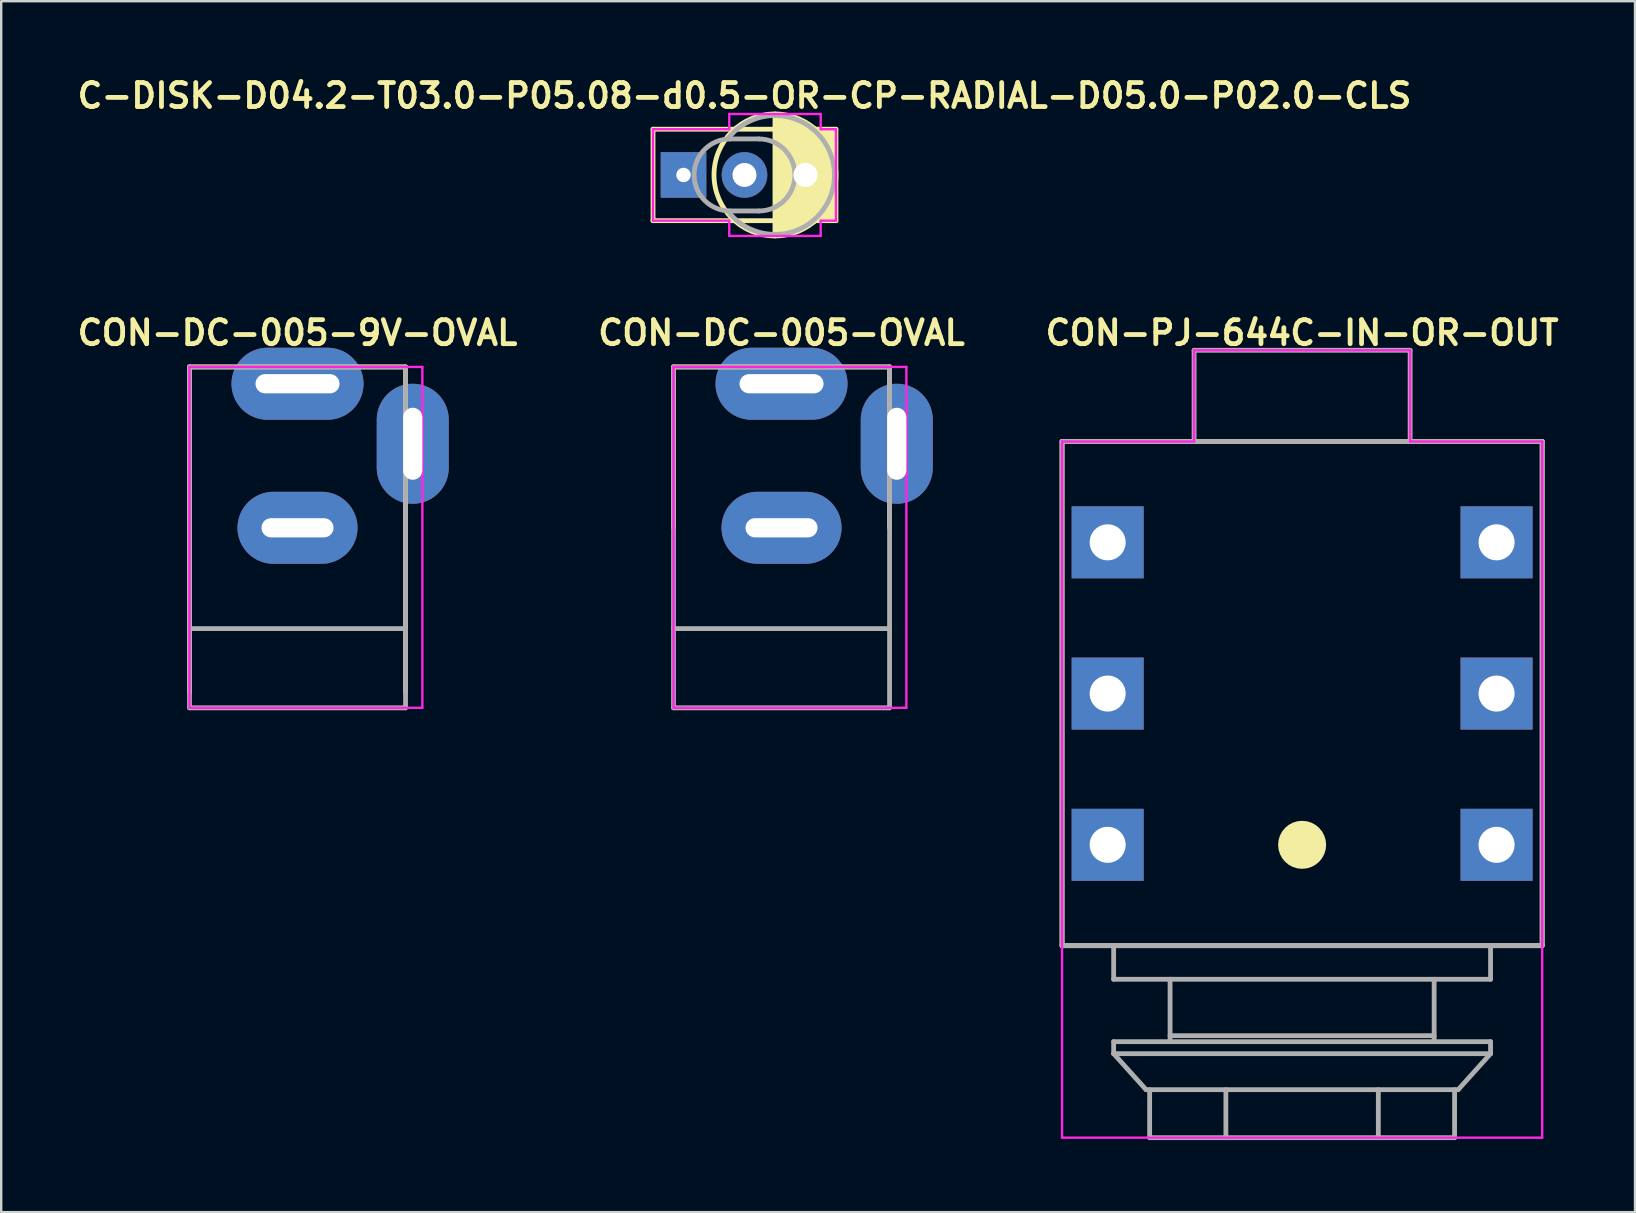
<source format=kicad_pcb>
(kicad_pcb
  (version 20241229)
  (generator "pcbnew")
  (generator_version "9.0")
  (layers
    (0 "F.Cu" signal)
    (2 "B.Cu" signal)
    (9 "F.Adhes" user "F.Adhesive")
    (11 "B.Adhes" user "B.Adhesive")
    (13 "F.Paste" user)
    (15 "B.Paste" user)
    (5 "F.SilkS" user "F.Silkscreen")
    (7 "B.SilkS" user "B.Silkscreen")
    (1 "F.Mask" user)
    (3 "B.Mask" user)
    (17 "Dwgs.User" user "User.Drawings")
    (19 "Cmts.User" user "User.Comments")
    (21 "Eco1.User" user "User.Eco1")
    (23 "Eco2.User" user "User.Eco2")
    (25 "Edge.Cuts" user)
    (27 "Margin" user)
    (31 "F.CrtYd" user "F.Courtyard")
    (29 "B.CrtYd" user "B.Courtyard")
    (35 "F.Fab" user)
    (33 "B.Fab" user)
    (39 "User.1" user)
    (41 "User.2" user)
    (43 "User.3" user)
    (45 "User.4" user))
  (footprint "CON-DC-005-9V-OVAL"
    (layer "F.Cu")
    (at 9.343 26.435)
    (property "Reference" "CON-DC-005-9V-OVAL" (at 0 -15.621 0) (layer "F.SilkS") (effects (font (size 1 1) (thickness 0.2))))
    (attr through_hole)
    (fp_line (start -4.5 -14.2) (end -4.5 -0.635) (stroke (width 0.2) (type solid)) (layer "F.SilkS"))
    (fp_line (start -4.5 -14.2) (end 4.5 -14.2) (stroke (width 0.2) (type solid)) (layer "F.SilkS"))
    (fp_line (start 4.5 -14.2) (end 4.5 -0.635) (stroke (width 0.2) (type solid)) (layer "F.SilkS"))
    (fp_line (start -4.5 -14.2) (end -4.5 0) (stroke (width 0.1) (type solid)) (layer "F.CrtYd"))
    (fp_line (start -4.5 -14.2) (end 5.2 -14.2) (stroke (width 0.1) (type solid)) (layer "F.CrtYd"))
    (fp_line (start -4.5 0) (end 5.2 0) (stroke (width 0.1) (type solid)) (layer "F.CrtYd"))
    (fp_line (start 5.2 -14.2) (end 5.2 0) (stroke (width 0.1) (type solid)) (layer "F.CrtYd"))
    (fp_line (start -4.5 -14.2) (end -4.5 0) (stroke (width 0.2) (type solid)) (layer "F.Fab"))
    (fp_line (start -4.5 -14.2) (end 4.5 -14.2) (stroke (width 0.2) (type solid)) (layer "F.Fab"))
    (fp_line (start -4.5 -3.3) (end 4.5 -3.3) (stroke (width 0.2) (type solid)) (layer "F.Fab"))
    (fp_line (start -4.5 0) (end 4.5 0) (stroke (width 0.2) (type solid)) (layer "F.Fab"))
    (fp_line (start 4.5 -14.2) (end 4.5 0) (stroke (width 0.2) (type solid)) (layer "F.Fab"))
    (pad "C" thru_hole oval (at 0 -13.5) (size 5.5 3) (drill oval 3.5 0.8) (layers "*.Cu" "*.Mask"))
    (pad "S" thru_hole oval (at 0 -7.5) (size 5 3) (drill oval 3 0.8) (layers "*.Cu" "*.Mask"))
    (pad "SN" thru_hole oval (at 4.8 -11) (size 3 5) (drill oval 0.8 3) (layers "*.Cu" "*.Mask")))
  (footprint "C-DISK-D04.2-T03.0-P05.08-d0.5-OR-CP-RADIAL-D05.0-P02.0-CLS"
    (layer "F.Cu")
    (at 27.962 4.238)
    (property "Reference" "C-DISK-D04.2-T03.0-P05.08-d0.5-OR-CP-RADIAL-D05.0-P02.0-CLS" (at 0 -3.302 0) (layer "F.SilkS") (effects (font (size 1 1) (thickness 0.2))))
    (attr through_hole)
    (fp_line (start -3.81 -1.905) (end -3.81 1.905) (stroke (width 0.2) (type solid)) (layer "F.SilkS"))
    (fp_line (start -3.81 -1.905) (end 3.81 -1.905) (stroke (width 0.2) (type solid)) (layer "F.SilkS"))
    (fp_line (start -3.81 1.905) (end 3.81 1.905) (stroke (width 0.2) (type solid)) (layer "F.SilkS"))
    (fp_line (start 1.27 -2.54) (end 1.27 2.54) (stroke (width 0.2) (type solid)) (layer "F.SilkS"))
    (fp_line (start 3.81 -1.905) (end 3.81 1.905) (stroke (width 0.2) (type solid)) (layer "F.SilkS"))
    (fp_circle (center 1.27 0) (end 3.81 0) (stroke (width 0.2) (type solid)) (fill no) (layer "F.SilkS"))
    (fp_poly (pts (xy 3.81 1.905) (xy 3.048 1.905) (xy 2.159 2.413) (xy 1.27 2.54) (xy 1.27 -2.54) (xy 2.159 -2.413) (xy 3.048 -1.905) (xy 3.81 -1.905)) (stroke (width 0.1) (type solid)) (fill yes) (layer "F.SilkS"))
    (fp_line (start -3.81 -1.905) (end -3.81 1.905) (stroke (width 0.1) (type solid)) (layer "F.CrtYd"))
    (fp_line (start -3.81 -1.905) (end -0.635 -1.905) (stroke (width 0.1) (type solid)) (layer "F.CrtYd"))
    (fp_line (start -3.81 1.905) (end -0.635 1.905) (stroke (width 0.1) (type solid)) (layer "F.CrtYd"))
    (fp_line (start -0.635 -2.54) (end -0.635 -1.905) (stroke (width 0.1) (type solid)) (layer "F.CrtYd"))
    (fp_line (start -0.635 -2.54) (end 3.175 -2.54) (stroke (width 0.1) (type solid)) (layer "F.CrtYd"))
    (fp_line (start -0.635 1.905) (end -0.635 2.54) (stroke (width 0.1) (type solid)) (layer "F.CrtYd"))
    (fp_line (start -0.635 2.54) (end 3.175 2.54) (stroke (width 0.1) (type solid)) (layer "F.CrtYd"))
    (fp_line (start 3.175 -2.54) (end 3.175 -1.905) (stroke (width 0.1) (type solid)) (layer "F.CrtYd"))
    (fp_line (start 3.175 -1.905) (end 3.81 -1.905) (stroke (width 0.1) (type solid)) (layer "F.CrtYd"))
    (fp_line (start 3.175 1.905) (end 3.175 2.54) (stroke (width 0.1) (type solid)) (layer "F.CrtYd"))
    (fp_line (start 3.175 1.905) (end 3.81 1.905) (stroke (width 0.1) (type solid)) (layer "F.CrtYd"))
    (fp_line (start 3.81 -1.905) (end 3.81 1.905) (stroke (width 0.1) (type solid)) (layer "F.CrtYd"))
    (fp_line (start -0.6 -1.5) (end 0.6 -1.5) (stroke (width 0.2) (type solid)) (layer "F.Fab"))
    (fp_line (start -0.6 1.5) (end 0.6 1.5) (stroke (width 0.2) (type solid)) (layer "F.Fab"))
    (fp_arc (start -0.699999 -1.499999) (mid 3.746064 0) (end -0.699999 1.499999) (stroke (width 0.2) (type solid)) (layer "F.Fab"))
    (fp_arc (start -0.6 1.5) (mid -2.1 0) (end -0.6 -1.5) (stroke (width 0.2) (type solid)) (layer "F.Fab"))
    (fp_arc (start 0.6 -1.5) (mid 2.1 0) (end 0.6 1.5) (stroke (width 0.2) (type solid)) (layer "F.Fab"))
    (pad "+" thru_hole rect (at -2.54 0) (size 1.9 1.9) (drill 0.6) (layers "*.Cu" "*.Mask"))
    (pad "+" thru_hole circle (at 0 0) (size 1.9 1.9) (drill 1) (layers "*.Cu" "*.Mask"))
    (pad "-" thru_hole rect (at 2.54 0) (size 1.9 1.9) (drill 1) (layers "*.Cu" "*.Mask")))
  (footprint "CON-DC-005-OVAL"
    (layer "F.Cu")
    (at 29.505 26.435)
    (property "Reference" "CON-DC-005-OVAL" (at 0 -15.621 0) (layer "F.SilkS") (effects (font (size 1 1) (thickness 0.2))))
    (attr through_hole)
    (fp_line (start -4.5 -14.2) (end -4.5 -7.5) (stroke (width 0.2) (type solid)) (layer "F.SilkS"))
    (fp_line (start -4.5 -14.2) (end 4.5 -14.2) (stroke (width 0.2) (type solid)) (layer "F.SilkS"))
    (fp_line (start 4.5 -14.2) (end 4.5 -7.5) (stroke (width 0.2) (type solid)) (layer "F.SilkS"))
    (fp_line (start -4.5 -14.2) (end -4.5 0) (stroke (width 0.1) (type solid)) (layer "F.CrtYd"))
    (fp_line (start -4.5 -14.2) (end 5.2 -14.2) (stroke (width 0.1) (type solid)) (layer "F.CrtYd"))
    (fp_line (start -4.5 0) (end 5.2 0) (stroke (width 0.1) (type solid)) (layer "F.CrtYd"))
    (fp_line (start 5.2 -14.2) (end 5.2 0) (stroke (width 0.1) (type solid)) (layer "F.CrtYd"))
    (fp_line (start -4.5 -14.2) (end -4.5 0) (stroke (width 0.2) (type solid)) (layer "F.Fab"))
    (fp_line (start -4.5 -14.2) (end 4.5 -14.2) (stroke (width 0.2) (type solid)) (layer "F.Fab"))
    (fp_line (start -4.5 -3.3) (end 4.5 -3.3) (stroke (width 0.2) (type solid)) (layer "F.Fab"))
    (fp_line (start -4.5 0) (end 4.5 0) (stroke (width 0.2) (type solid)) (layer "F.Fab"))
    (fp_line (start 4.5 -14.2) (end 4.5 0) (stroke (width 0.2) (type solid)) (layer "F.Fab"))
    (pad "C" thru_hole oval (at 0 -13.5) (size 5.5 3) (drill oval 3.5 0.8) (layers "*.Cu" "*.Mask"))
    (pad "S" thru_hole oval (at 0 -7.5) (size 5 3) (drill oval 3 0.8) (layers "*.Cu" "*.Mask"))
    (pad "SN" thru_hole oval (at 4.8 -11) (size 3 5) (drill oval 0.8 3) (layers "*.Cu" "*.Mask")))
  (footprint "CON-PJ-644C-IN-OR-OUT"
    (layer "F.Cu")
    (at 51.19 36.341)
    (property "Reference" "CON-PJ-644C-IN-OR-OUT" (at 0 -25.527 0) (layer "F.SilkS") (effects (font (size 1 1) (thickness 0.2))))
    (attr through_hole)
    (fp_line (start -10 -21) (end -10 0) (stroke (width 0.2) (type solid)) (layer "F.SilkS"))
    (fp_line (start -10 -21) (end 10 -21) (stroke (width 0.2) (type solid)) (layer "F.SilkS"))
    (fp_line (start -10 0) (end 10 0) (stroke (width 0.2) (type solid)) (layer "F.SilkS"))
    (fp_line (start 10 -21) (end 10 0) (stroke (width 0.2) (type solid)) (layer "F.SilkS"))
    (fp_circle (center 0 -4.2) (end 0.5 -4.2) (stroke (width 1) (type solid)) (fill no) (layer "F.SilkS"))
    (fp_line (start -10 -21) (end -10 8) (stroke (width 0.1) (type solid)) (layer "F.CrtYd"))
    (fp_line (start -10 -21) (end -4.5 -21) (stroke (width 0.1) (type solid)) (layer "F.CrtYd"))
    (fp_line (start -10 8) (end 10 8) (stroke (width 0.1) (type solid)) (layer "F.CrtYd"))
    (fp_line (start -4.5 -24.8) (end -4.5 -21) (stroke (width 0.1) (type solid)) (layer "F.CrtYd"))
    (fp_line (start -4.5 -24.8) (end 4.5 -24.8) (stroke (width 0.1) (type solid)) (layer "F.CrtYd"))
    (fp_line (start 4.5 -24.8) (end 4.5 -21) (stroke (width 0.1) (type solid)) (layer "F.CrtYd"))
    (fp_line (start 4.5 -21) (end 10 -21) (stroke (width 0.1) (type solid)) (layer "F.CrtYd"))
    (fp_line (start 10 -21) (end 10 8) (stroke (width 0.1) (type solid)) (layer "F.CrtYd"))
    (fp_line (start -10 -21) (end -10 0) (stroke (width 0.2) (type solid)) (layer "F.Fab"))
    (fp_line (start -10 -21) (end 10 -21) (stroke (width 0.2) (type solid)) (layer "F.Fab"))
    (fp_line (start -10 0) (end 10 0) (stroke (width 0.2) (type solid)) (layer "F.Fab"))
    (fp_line (start -7.85 0) (end -7.85 1.4) (stroke (width 0.2) (type solid)) (layer "F.Fab"))
    (fp_line (start -7.85 1.4) (end 7.85 1.4) (stroke (width 0.2) (type solid)) (layer "F.Fab"))
    (fp_line (start -7.85 4) (end -7.85 4.5) (stroke (width 0.2) (type solid)) (layer "F.Fab"))
    (fp_line (start -7.85 4) (end 7.85 4) (stroke (width 0.2) (type solid)) (layer "F.Fab"))
    (fp_line (start -7.85 4.5) (end -6.5 6) (stroke (width 0.2) (type solid)) (layer "F.Fab"))
    (fp_line (start -7.85 4.5) (end 7.85 4.5) (stroke (width 0.2) (type solid)) (layer "F.Fab"))
    (fp_line (start -6.5 6) (end 6.5 6) (stroke (width 0.2) (type solid)) (layer "F.Fab"))
    (fp_line (start -6.351 6) (end -6.351 8) (stroke (width 0.2) (type solid)) (layer "F.Fab"))
    (fp_line (start -6.351 8) (end 6.351 8) (stroke (width 0.2) (type solid)) (layer "F.Fab"))
    (fp_line (start -5.5 1.4) (end -5.5 4) (stroke (width 0.2) (type solid)) (layer "F.Fab"))
    (fp_line (start -5.5 3.75) (end 5.5 3.75) (stroke (width 0.2) (type solid)) (layer "F.Fab"))
    (fp_line (start -4.5 -24.8) (end -4.5 -21) (stroke (width 0.2) (type solid)) (layer "F.Fab"))
    (fp_line (start -4.5 -24.8) (end 4.5 -24.8) (stroke (width 0.2) (type solid)) (layer "F.Fab"))
    (fp_line (start -3.175 6) (end -3.175 8) (stroke (width 0.2) (type solid)) (layer "F.Fab"))
    (fp_line (start 3.175 6) (end 3.175 8) (stroke (width 0.2) (type solid)) (layer "F.Fab"))
    (fp_line (start 4.5 -24.8) (end 4.5 -21) (stroke (width 0.2) (type solid)) (layer "F.Fab"))
    (fp_line (start 5.5 1.4) (end 5.5 4) (stroke (width 0.2) (type solid)) (layer "F.Fab"))
    (fp_line (start 6.351 6) (end 6.351 8) (stroke (width 0.2) (type solid)) (layer "F.Fab"))
    (fp_line (start 7.85 0) (end 7.85 1.4) (stroke (width 0.2) (type solid)) (layer "F.Fab"))
    (fp_line (start 7.85 4) (end 7.85 4.5) (stroke (width 0.2) (type solid)) (layer "F.Fab"))
    (fp_line (start 7.85 4.5) (end 6.5 6) (stroke (width 0.2) (type solid)) (layer "F.Fab"))
    (fp_line (start 10 -21) (end 10 0) (stroke (width 0.2) (type solid)) (layer "F.Fab"))
    (pad "R" thru_hole rect (at 8.1 -10.5) (size 3 3) (drill 1.5) (layers "*.Cu" "*.Mask"))
    (pad "RN" thru_hole rect (at -8.1 -10.5) (size 3 3) (drill 1.5) (layers "*.Cu" "*.Mask"))
    (pad "S" thru_hole rect (at 8.1 -4.2) (size 3 3) (drill 1.5) (layers "*.Cu" "*.Mask"))
    (pad "SN" thru_hole rect (at -8.1 -4.2) (size 3 3) (drill 1.5) (layers "*.Cu" "*.Mask"))
    (pad "T" thru_hole rect (at 8.1 -16.8) (size 3 3) (drill 1.5) (layers "*.Cu" "*.Mask"))
    (pad "TN" thru_hole rect (at -8.1 -16.8) (size 3 3) (drill 1.5) (layers "*.Cu" "*.Mask")))
  (gr_rect
    (start -3 -3)
    (end 65.057 47.441)
    (stroke (width 0.1) (type default))
    (fill no)
    (layer "Edge.Cuts")))
</source>
